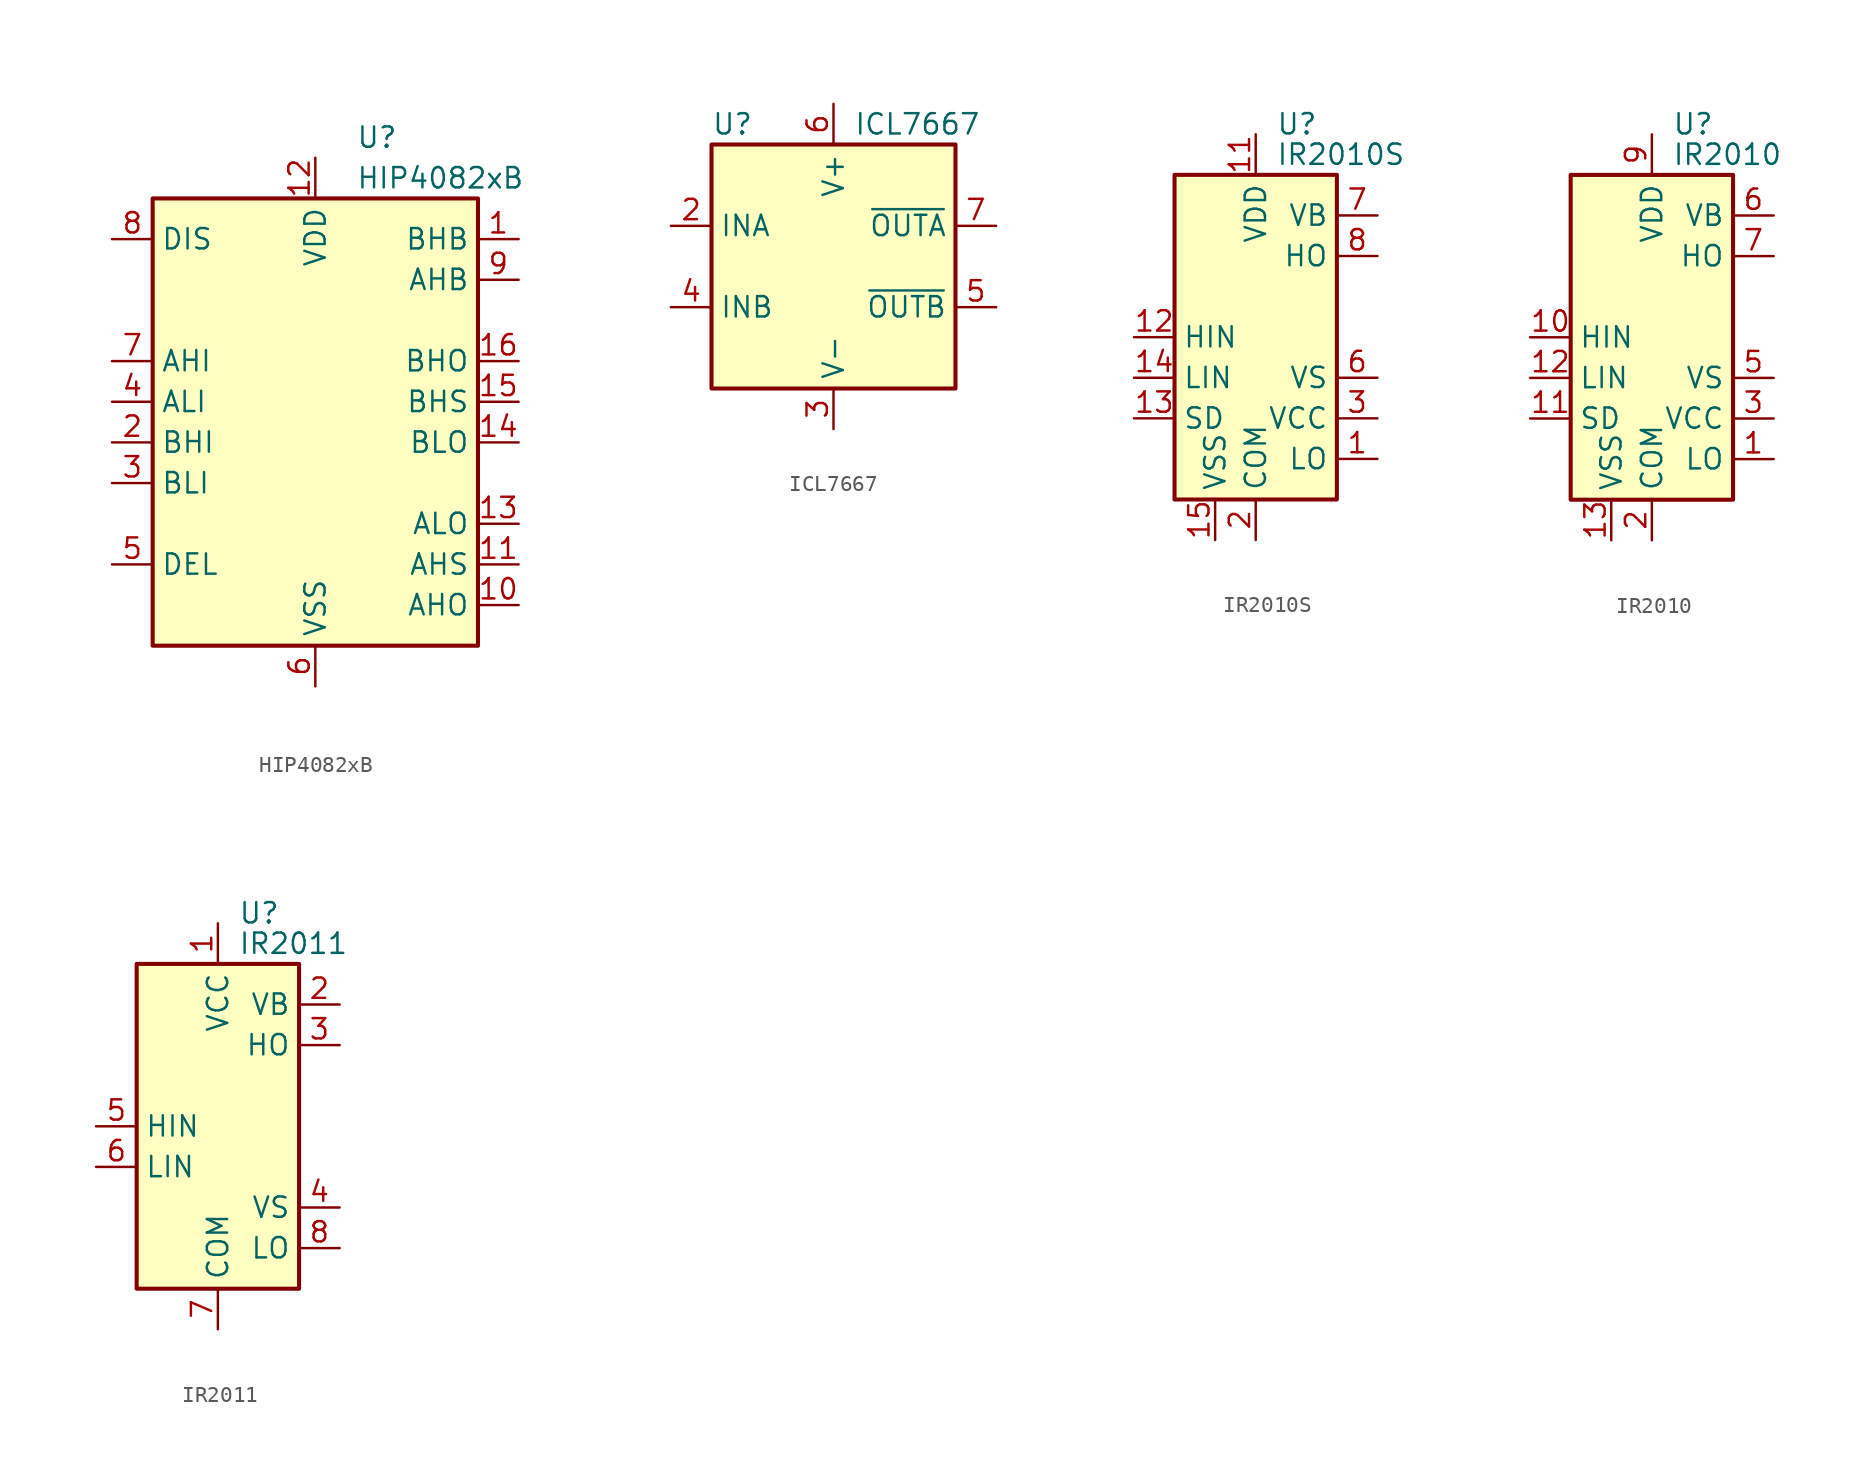
<source format=kicad_sym>
(kicad_symbol_lib
  (version 20200908)
  (generator kicad_symbol_editor)
  (symbol "Driver_FET:HIP4082xB"
    (property "Reference" "U"
      (at 2.54 16.51 0)
      (effects (font (size 1.27 1.27)) (justify left)))
    (property "Value" "HIP4082xB"
      (at 2.54 13.97 0)
      (effects (font (size 1.27 1.27)) (justify left)))
    (symbol "HIP4082xB_1_1"
      (rectangle (start -10.16 -15.24) (end 10.16 12.7) (stroke (width 0.254)) (fill (type background)))
      (pin input line (at 12.7 10.16 180) (length 2.54) (name "BHB" (effects (font (size 1.27 1.27)))) (number "1" (effects (font (size 1.27 1.27)))))
      (pin output line (at 12.7 -12.7 180) (length 2.54) (name "AHO" (effects (font (size 1.27 1.27)))) (number "10" (effects (font (size 1.27 1.27)))))
      (pin passive line (at 12.7 -10.16 180) (length 2.54) (name "AHS" (effects (font (size 1.27 1.27)))) (number "11" (effects (font (size 1.27 1.27)))))
      (pin power_in line (at 0 15.24 270) (length 2.54) (name "VDD" (effects (font (size 1.27 1.27)))) (number "12" (effects (font (size 1.27 1.27)))))
      (pin output line (at 12.7 -7.62 180) (length 2.54) (name "ALO" (effects (font (size 1.27 1.27)))) (number "13" (effects (font (size 1.27 1.27)))))
      (pin output line (at 12.7 -2.54 180) (length 2.54) (name "BLO" (effects (font (size 1.27 1.27)))) (number "14" (effects (font (size 1.27 1.27)))))
      (pin passive line (at 12.7 0 180) (length 2.54) (name "BHS" (effects (font (size 1.27 1.27)))) (number "15" (effects (font (size 1.27 1.27)))))
      (pin output line (at 12.7 2.54 180) (length 2.54) (name "BHO" (effects (font (size 1.27 1.27)))) (number "16" (effects (font (size 1.27 1.27)))))
      (pin input line (at -12.7 -2.54 0) (length 2.54) (name "BHI" (effects (font (size 1.27 1.27)))) (number "2" (effects (font (size 1.27 1.27)))))
      (pin input line (at -12.7 -5.08 0) (length 2.54) (name "BLI" (effects (font (size 1.27 1.27)))) (number "3" (effects (font (size 1.27 1.27)))))
      (pin input line (at -12.7 0 0) (length 2.54) (name "ALI" (effects (font (size 1.27 1.27)))) (number "4" (effects (font (size 1.27 1.27)))))
      (pin power_in line (at 0 -17.78 90) (length 2.54) (name "VSS" (effects (font (size 1.27 1.27)))) (number "6" (effects (font (size 1.27 1.27)))))
      (pin input line (at -12.7 2.54 0) (length 2.54) (name "AHI" (effects (font (size 1.27 1.27)))) (number "7" (effects (font (size 1.27 1.27)))))
      (pin input line (at -12.7 10.16 0) (length 2.54) (name "DIS" (effects (font (size 1.27 1.27)))) (number "8" (effects (font (size 1.27 1.27)))))
      (pin input line (at 12.7 7.62 180) (length 2.54) (name "AHB" (effects (font (size 1.27 1.27)))) (number "9" (effects (font (size 1.27 1.27))))))
    (symbol "HIP4082xB_0_0"
      (pin passive line (at -12.7 -10.16 0) (length 2.54) (name "DEL" (effects (font (size 1.27 1.27)))) (number "5" (effects (font (size 1.27 1.27)))))))
  (symbol "Driver_FET:ICL7667"
    (property "Reference" "U"
      (at -7.62 8.89 0)
      (effects (font (size 1.27 1.27)) (justify left)))
    (property "Value" "ICL7667"
      (at 1.27 8.89 0)
      (effects (font (size 1.27 1.27)) (justify left)))
    (symbol "ICL7667_0_1"
      (rectangle (start -7.62 -7.62) (end 7.62 7.62) (stroke (width 0.254)) (fill (type background))))
    (symbol "ICL7667_1_1"
      (pin unconnected line (at -7.62 0 0) (length 2.54) hide (name "NC" (effects (font (size 1.27 1.27)))) (number "1" (effects (font (size 1.27 1.27)))))
      (pin input line (at -10.16 2.54 0) (length 2.54) (name "INA" (effects (font (size 1.27 1.27)))) (number "2" (effects (font (size 1.27 1.27)))))
      (pin power_in line (at 0 -10.16 90) (length 2.54) (name "V-" (effects (font (size 1.27 1.27)))) (number "3" (effects (font (size 1.27 1.27)))))
      (pin input line (at -10.16 -2.54 0) (length 2.54) (name "INB" (effects (font (size 1.27 1.27)))) (number "4" (effects (font (size 1.27 1.27)))))
      (pin output line (at 10.16 -2.54 180) (length 2.54) (name "~OUTB" (effects (font (size 1.27 1.27)))) (number "5" (effects (font (size 1.27 1.27)))))
      (pin power_in line (at 0 10.16 270) (length 2.54) (name "V+" (effects (font (size 1.27 1.27)))) (number "6" (effects (font (size 1.27 1.27)))))
      (pin output line (at 10.16 2.54 180) (length 2.54) (name "~OUTA" (effects (font (size 1.27 1.27)))) (number "7" (effects (font (size 1.27 1.27)))))
      (pin unconnected line (at 7.62 0 180) (length 2.54) hide (name "NC" (effects (font (size 1.27 1.27)))) (number "8" (effects (font (size 1.27 1.27)))))))
  (symbol "Driver_FET:IR2010S"
    (property "Reference" "U"
      (at 1.27 13.335 0)
      (effects (font (size 1.27 1.27)) (justify left)))
    (property "Value" "IR2010S"
      (at 1.27 11.43 0)
      (effects (font (size 1.27 1.27)) (justify left)))
    (symbol "IR2010S_0_1"
      (rectangle (start -5.08 -10.16) (end 5.08 10.16) (stroke (width 0.254)) (fill (type background))))
    (symbol "IR2010S_1_1"
      (pin output line (at 7.62 -7.62 180) (length 2.54) (name "LO" (effects (font (size 1.27 1.27)))) (number "1" (effects (font (size 1.27 1.27)))))
      (pin unconnected line (at 5.08 2.54 180) (length 2.54) hide (name "NC" (effects (font (size 1.27 1.27)))) (number "10" (effects (font (size 1.27 1.27)))))
      (pin power_in line (at 0 12.7 270) (length 2.54) (name "VDD" (effects (font (size 1.27 1.27)))) (number "11" (effects (font (size 1.27 1.27)))))
      (pin input line (at -7.62 0 0) (length 2.54) (name "HIN" (effects (font (size 1.27 1.27)))) (number "12" (effects (font (size 1.27 1.27)))))
      (pin input line (at -7.62 -5.08 0) (length 2.54) (name "SD" (effects (font (size 1.27 1.27)))) (number "13" (effects (font (size 1.27 1.27)))))
      (pin input line (at -7.62 -2.54 0) (length 2.54) (name "LIN" (effects (font (size 1.27 1.27)))) (number "14" (effects (font (size 1.27 1.27)))))
      (pin power_in line (at -2.54 -12.7 90) (length 2.54) (name "VSS" (effects (font (size 1.27 1.27)))) (number "15" (effects (font (size 1.27 1.27)))))
      (pin unconnected line (at 5.08 0 180) (length 2.54) hide (name "NC" (effects (font (size 1.27 1.27)))) (number "16" (effects (font (size 1.27 1.27)))))
      (pin power_in line (at 0 -12.7 90) (length 2.54) (name "COM" (effects (font (size 1.27 1.27)))) (number "2" (effects (font (size 1.27 1.27)))))
      (pin power_in line (at 7.62 -5.08 180) (length 2.54) (name "VCC" (effects (font (size 1.27 1.27)))) (number "3" (effects (font (size 1.27 1.27)))))
      (pin unconnected line (at -5.08 7.62 0) (length 2.54) hide (name "NC" (effects (font (size 1.27 1.27)))) (number "4" (effects (font (size 1.27 1.27)))))
      (pin unconnected line (at -5.08 5.08 0) (length 2.54) hide (name "NC" (effects (font (size 1.27 1.27)))) (number "5" (effects (font (size 1.27 1.27)))))
      (pin passive line (at 7.62 -2.54 180) (length 2.54) (name "VS" (effects (font (size 1.27 1.27)))) (number "6" (effects (font (size 1.27 1.27)))))
      (pin passive line (at 7.62 7.62 180) (length 2.54) (name "VB" (effects (font (size 1.27 1.27)))) (number "7" (effects (font (size 1.27 1.27)))))
      (pin output line (at 7.62 5.08 180) (length 2.54) (name "HO" (effects (font (size 1.27 1.27)))) (number "8" (effects (font (size 1.27 1.27)))))
      (pin unconnected line (at -5.08 2.54 0) (length 2.54) hide (name "NC" (effects (font (size 1.27 1.27)))) (number "9" (effects (font (size 1.27 1.27)))))))
  (symbol "Driver_FET:IR2010"
    (property "Reference" "U"
      (at 1.27 13.335 0)
      (effects (font (size 1.27 1.27)) (justify left)))
    (property "Value" "IR2010"
      (at 1.27 11.43 0)
      (effects (font (size 1.27 1.27)) (justify left)))
    (symbol "IR2010_0_1"
      (rectangle (start -5.08 -10.16) (end 5.08 10.16) (stroke (width 0.254)) (fill (type background))))
    (symbol "IR2010_1_1"
      (pin output line (at 7.62 -7.62 180) (length 2.54) (name "LO" (effects (font (size 1.27 1.27)))) (number "1" (effects (font (size 1.27 1.27)))))
      (pin input line (at -7.62 0 0) (length 2.54) (name "HIN" (effects (font (size 1.27 1.27)))) (number "10" (effects (font (size 1.27 1.27)))))
      (pin input line (at -7.62 -5.08 0) (length 2.54) (name "SD" (effects (font (size 1.27 1.27)))) (number "11" (effects (font (size 1.27 1.27)))))
      (pin input line (at -7.62 -2.54 0) (length 2.54) (name "LIN" (effects (font (size 1.27 1.27)))) (number "12" (effects (font (size 1.27 1.27)))))
      (pin power_in line (at -2.54 -12.7 90) (length 2.54) (name "VSS" (effects (font (size 1.27 1.27)))) (number "13" (effects (font (size 1.27 1.27)))))
      (pin unconnected line (at -5.08 2.54 0) (length 2.54) hide (name "NC" (effects (font (size 1.27 1.27)))) (number "14" (effects (font (size 1.27 1.27)))))
      (pin power_in line (at 0 -12.7 90) (length 2.54) (name "COM" (effects (font (size 1.27 1.27)))) (number "2" (effects (font (size 1.27 1.27)))))
      (pin power_in line (at 7.62 -5.08 180) (length 2.54) (name "VCC" (effects (font (size 1.27 1.27)))) (number "3" (effects (font (size 1.27 1.27)))))
      (pin unconnected line (at -5.08 7.62 0) (length 2.54) hide (name "NC" (effects (font (size 1.27 1.27)))) (number "4" (effects (font (size 1.27 1.27)))))
      (pin passive line (at 7.62 -2.54 180) (length 2.54) (name "VS" (effects (font (size 1.27 1.27)))) (number "5" (effects (font (size 1.27 1.27)))))
      (pin passive line (at 7.62 7.62 180) (length 2.54) (name "VB" (effects (font (size 1.27 1.27)))) (number "6" (effects (font (size 1.27 1.27)))))
      (pin output line (at 7.62 5.08 180) (length 2.54) (name "HO" (effects (font (size 1.27 1.27)))) (number "7" (effects (font (size 1.27 1.27)))))
      (pin unconnected line (at -5.08 5.08 0) (length 2.54) hide (name "NC" (effects (font (size 1.27 1.27)))) (number "8" (effects (font (size 1.27 1.27)))))
      (pin power_in line (at 0 12.7 270) (length 2.54) (name "VDD" (effects (font (size 1.27 1.27)))) (number "9" (effects (font (size 1.27 1.27)))))))
  (symbol "Driver_FET:IR2011"
    (property "Reference" "U"
      (at 1.27 13.335 0)
      (effects (font (size 1.27 1.27)) (justify left)))
    (property "Value" "IR2011"
      (at 1.27 11.43 0)
      (effects (font (size 1.27 1.27)) (justify left)))
    (symbol "IR2011_0_1"
      (rectangle (start -5.08 -10.16) (end 5.08 10.16) (stroke (width 0.254)) (fill (type background))))
    (symbol "IR2011_1_1"
      (pin power_in line (at 0 12.7 270) (length 2.54) (name "VCC" (effects (font (size 1.27 1.27)))) (number "1" (effects (font (size 1.27 1.27)))))
      (pin passive line (at 7.62 7.62 180) (length 2.54) (name "VB" (effects (font (size 1.27 1.27)))) (number "2" (effects (font (size 1.27 1.27)))))
      (pin output line (at 7.62 5.08 180) (length 2.54) (name "HO" (effects (font (size 1.27 1.27)))) (number "3" (effects (font (size 1.27 1.27)))))
      (pin passive line (at 7.62 -5.08 180) (length 2.54) (name "VS" (effects (font (size 1.27 1.27)))) (number "4" (effects (font (size 1.27 1.27)))))
      (pin input line (at -7.62 0 0) (length 2.54) (name "HIN" (effects (font (size 1.27 1.27)))) (number "5" (effects (font (size 1.27 1.27)))))
      (pin input line (at -7.62 -2.54 0) (length 2.54) (name "LIN" (effects (font (size 1.27 1.27)))) (number "6" (effects (font (size 1.27 1.27)))))
      (pin power_in line (at 0 -12.7 90) (length 2.54) (name "COM" (effects (font (size 1.27 1.27)))) (number "7" (effects (font (size 1.27 1.27)))))
      (pin output line (at 7.62 -7.62 180) (length 2.54) (name "LO" (effects (font (size 1.27 1.27)))) (number "8" (effects (font (size 1.27 1.27))))))))
</source>
